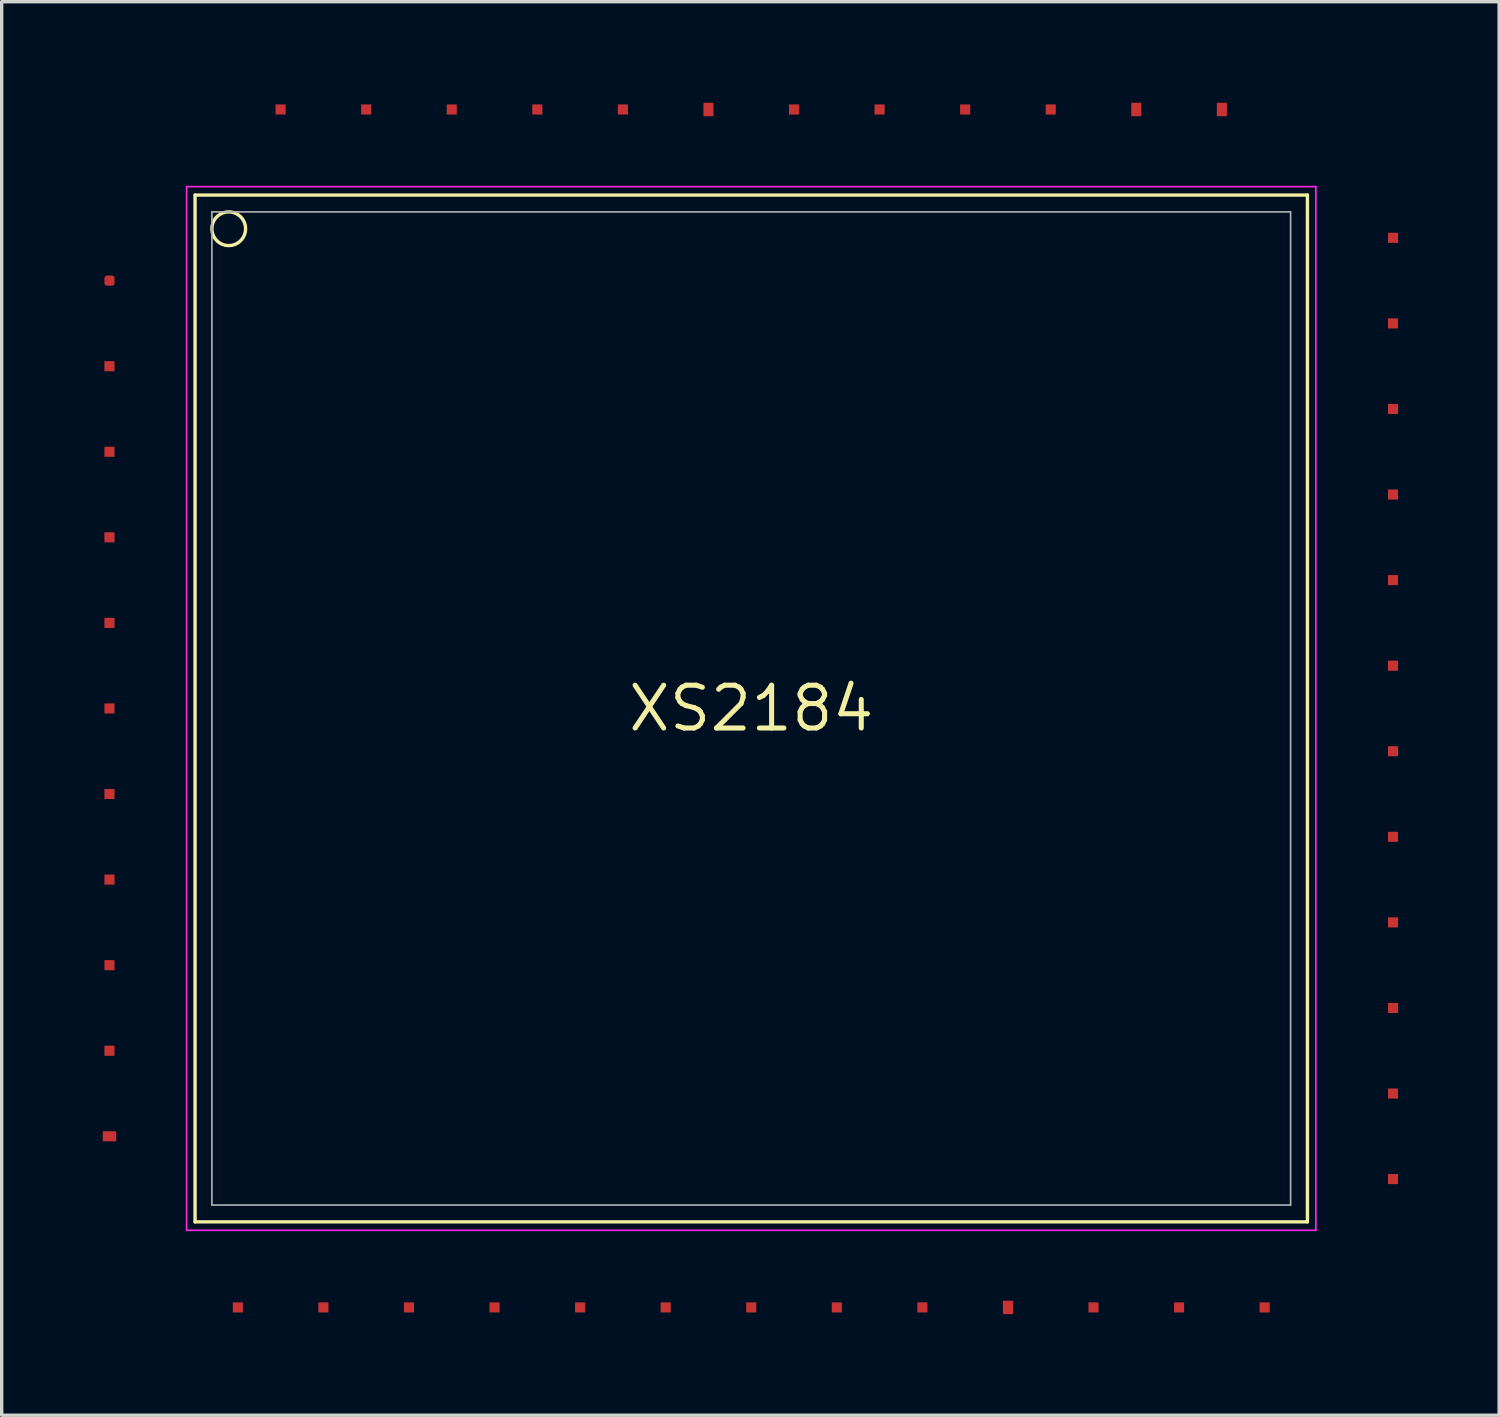
<source format=kicad_pcb>
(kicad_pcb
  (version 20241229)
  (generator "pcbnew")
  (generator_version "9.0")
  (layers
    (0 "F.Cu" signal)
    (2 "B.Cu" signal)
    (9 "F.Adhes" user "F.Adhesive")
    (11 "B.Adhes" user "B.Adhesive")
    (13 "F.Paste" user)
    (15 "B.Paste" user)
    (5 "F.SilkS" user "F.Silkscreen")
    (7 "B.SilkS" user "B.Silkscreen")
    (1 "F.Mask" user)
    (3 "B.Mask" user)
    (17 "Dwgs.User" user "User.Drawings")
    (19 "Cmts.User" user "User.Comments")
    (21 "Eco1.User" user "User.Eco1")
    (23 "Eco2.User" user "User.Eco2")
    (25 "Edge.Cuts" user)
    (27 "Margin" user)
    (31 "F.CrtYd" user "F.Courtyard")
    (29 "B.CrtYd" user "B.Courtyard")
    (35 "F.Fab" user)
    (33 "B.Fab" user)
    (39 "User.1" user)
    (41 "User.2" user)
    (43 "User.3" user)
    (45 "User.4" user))
  (footprint "XS2184"
    (layer "F.Cu")
    (at 19.25 17.98)
    (property "Reference" "XS2184" (at 0 0 0) (layer "F.SilkS") (effects (font (size 1.27 1.27) (thickness 0.15))))
    (attr smd)
    (fp_line (start -16.51 -15.24) (end 16.51 -15.24) (stroke (width 0.1) (type solid)) (layer "F.SilkS"))
    (fp_line (start -16.51 15.24) (end -16.51 -15.24) (stroke (width 0.1) (type solid)) (layer "F.SilkS"))
    (fp_line (start 16.51 -15.24) (end 16.51 15.24) (stroke (width 0.1) (type solid)) (layer "F.SilkS"))
    (fp_line (start 16.51 15.24) (end -16.51 15.24) (stroke (width 0.1) (type solid)) (layer "F.SilkS"))
    (fp_circle (center -15.51 -14.24) (end -15.01 -14.24) (stroke (width 0.1) (type solid)) (fill no) (layer "F.SilkS"))
    (fp_line (start -16.76 -15.49) (end 16.76 -15.49) (stroke (width 0.05) (type solid)) (layer "F.CrtYd"))
    (fp_line (start -16.76 15.49) (end -16.76 -15.49) (stroke (width 0.05) (type solid)) (layer "F.CrtYd"))
    (fp_line (start 16.76 -15.49) (end 16.76 15.49) (stroke (width 0.05) (type solid)) (layer "F.CrtYd"))
    (fp_line (start 16.76 15.49) (end -16.76 15.49) (stroke (width 0.05) (type solid)) (layer "F.CrtYd"))
    (fp_line (start -16.01 -14.74) (end 16.01 -14.74) (stroke (width 0.05) (type solid)) (layer "F.Fab"))
    (fp_line (start -16.01 14.74) (end -16.01 -14.74) (stroke (width 0.05) (type solid)) (layer "F.Fab"))
    (fp_line (start 16.01 -14.74) (end 16.01 14.74) (stroke (width 0.05) (type solid)) (layer "F.Fab"))
    (fp_line (start 16.01 14.74) (end -16.01 14.74) (stroke (width 0.05) (type solid)) (layer "F.Fab"))
    (pad "1" smd roundrect (at -19.05 -12.7) (size 0.3 0.3) (layers "F.Cu" "F.Mask" "F.Paste") (roundrect_rratio 0.25))
    (pad "2" smd rect (at -19.05 -10.16) (size 0.3 0.3) (layers "F.Cu" "F.Mask" "F.Paste"))
    (pad "3" smd rect (at -19.05 -7.62) (size 0.3 0.3) (layers "F.Cu" "F.Mask" "F.Paste"))
    (pad "4" smd rect (at -19.05 -5.08) (size 0.3 0.3) (layers "F.Cu" "F.Mask" "F.Paste"))
    (pad "5" smd rect (at -19.05 -2.54) (size 0.3 0.3) (layers "F.Cu" "F.Mask" "F.Paste"))
    (pad "6" smd rect (at -19.05 0) (size 0.3 0.3) (layers "F.Cu" "F.Mask" "F.Paste"))
    (pad "7" smd rect (at -19.05 2.54) (size 0.3 0.3) (layers "F.Cu" "F.Mask" "F.Paste"))
    (pad "8" smd rect (at -19.05 5.08) (size 0.3 0.3) (layers "F.Cu" "F.Mask" "F.Paste"))
    (pad "9" smd rect (at -19.05 7.62) (size 0.3 0.3) (layers "F.Cu" "F.Mask" "F.Paste"))
    (pad "10" smd rect (at -19.05 10.16) (size 0.3 0.3) (layers "F.Cu" "F.Mask" "F.Paste"))
    (pad "11" smd rect (at -19.05 12.7) (size 0.4 0.3) (layers "F.Cu" "F.Mask" "F.Paste"))
    (pad "12" smd rect (at 13.97 -17.78 90) (size 0.4 0.3) (layers "F.Cu" "F.Mask" "F.Paste"))
    (pad "13" smd rect (at 11.43 -17.78 90) (size 0.4 0.3) (layers "F.Cu" "F.Mask" "F.Paste"))
    (pad "14" smd rect (at 8.89 -17.78 90) (size 0.3 0.3) (layers "F.Cu" "F.Mask" "F.Paste"))
    (pad "15" smd rect (at 6.35 -17.78 90) (size 0.3 0.3) (layers "F.Cu" "F.Mask" "F.Paste"))
    (pad "16" smd rect (at 3.81 -17.78 90) (size 0.3 0.3) (layers "F.Cu" "F.Mask" "F.Paste"))
    (pad "17" smd rect (at 1.27 -17.78 90) (size 0.3 0.3) (layers "F.Cu" "F.Mask" "F.Paste"))
    (pad "18" smd rect (at -1.27 -17.78 90) (size 0.4 0.3) (layers "F.Cu" "F.Mask" "F.Paste"))
    (pad "19" smd rect (at -3.81 -17.78 90) (size 0.3 0.3) (layers "F.Cu" "F.Mask" "F.Paste"))
    (pad "20" smd rect (at -6.35 -17.78 90) (size 0.3 0.3) (layers "F.Cu" "F.Mask" "F.Paste"))
    (pad "21" smd rect (at -8.89 -17.78 90) (size 0.3 0.3) (layers "F.Cu" "F.Mask" "F.Paste"))
    (pad "22" smd rect (at -11.43 -17.78 90) (size 0.3 0.3) (layers "F.Cu" "F.Mask" "F.Paste"))
    (pad "23" smd rect (at -13.97 -17.78 90) (size 0.3 0.3) (layers "F.Cu" "F.Mask" "F.Paste"))
    (pad "24" smd rect (at 19.05 13.97 180) (size 0.3 0.3) (layers "F.Cu" "F.Mask" "F.Paste"))
    (pad "25" smd rect (at 19.05 11.43 180) (size 0.3 0.3) (layers "F.Cu" "F.Mask" "F.Paste"))
    (pad "26" smd rect (at 19.05 8.89 180) (size 0.3 0.3) (layers "F.Cu" "F.Mask" "F.Paste"))
    (pad "27" smd rect (at 19.05 6.35 180) (size 0.3 0.3) (layers "F.Cu" "F.Mask" "F.Paste"))
    (pad "28" smd rect (at 19.05 3.81 180) (size 0.3 0.3) (layers "F.Cu" "F.Mask" "F.Paste"))
    (pad "29" smd rect (at 19.05 1.27 180) (size 0.3 0.3) (layers "F.Cu" "F.Mask" "F.Paste"))
    (pad "30" smd rect (at 19.05 -1.27 180) (size 0.3 0.3) (layers "F.Cu" "F.Mask" "F.Paste"))
    (pad "31" smd rect (at 19.05 -3.81 180) (size 0.3 0.3) (layers "F.Cu" "F.Mask" "F.Paste"))
    (pad "32" smd rect (at 19.05 -6.35 180) (size 0.3 0.3) (layers "F.Cu" "F.Mask" "F.Paste"))
    (pad "33" smd rect (at 19.05 -8.89 180) (size 0.3 0.3) (layers "F.Cu" "F.Mask" "F.Paste"))
    (pad "34" smd rect (at 19.05 -11.43 180) (size 0.3 0.3) (layers "F.Cu" "F.Mask" "F.Paste"))
    (pad "35" smd rect (at 19.05 -13.97 180) (size 0.3 0.3) (layers "F.Cu" "F.Mask" "F.Paste"))
    (pad "36" smd rect (at -15.24 17.78 270) (size 0.3 0.3) (layers "F.Cu" "F.Mask" "F.Paste"))
    (pad "37" smd rect (at -12.7 17.78 270) (size 0.3 0.3) (layers "F.Cu" "F.Mask" "F.Paste"))
    (pad "38" smd rect (at -10.16 17.78 270) (size 0.3 0.3) (layers "F.Cu" "F.Mask" "F.Paste"))
    (pad "39" smd rect (at -7.62 17.78 270) (size 0.3 0.3) (layers "F.Cu" "F.Mask" "F.Paste"))
    (pad "40" smd rect (at -5.08 17.78 270) (size 0.3 0.3) (layers "F.Cu" "F.Mask" "F.Paste"))
    (pad "41" smd rect (at -2.54 17.78 270) (size 0.3 0.3) (layers "F.Cu" "F.Mask" "F.Paste"))
    (pad "42" smd rect (at 0 17.78 270) (size 0.3 0.3) (layers "F.Cu" "F.Mask" "F.Paste"))
    (pad "43" smd rect (at 2.54 17.78 270) (size 0.3 0.3) (layers "F.Cu" "F.Mask" "F.Paste"))
    (pad "44" smd rect (at 5.08 17.78 270) (size 0.3 0.3) (layers "F.Cu" "F.Mask" "F.Paste"))
    (pad "45" smd rect (at 7.62 17.78 270) (size 0.4 0.3) (layers "F.Cu" "F.Mask" "F.Paste"))
    (pad "46" smd rect (at 10.16 17.78 270) (size 0.3 0.3) (layers "F.Cu" "F.Mask" "F.Paste"))
    (pad "47" smd rect (at 12.7 17.78 270) (size 0.3 0.3) (layers "F.Cu" "F.Mask" "F.Paste"))
    (pad "48" smd rect (at 15.24 17.78 270) (size 0.3 0.3) (layers "F.Cu" "F.Mask" "F.Paste")))
  (gr_rect
    (start -3 -3)
    (end 41.45 38.96)
    (stroke (width 0.1) (type default))
    (fill no)
    (layer "Edge.Cuts")))
</source>
